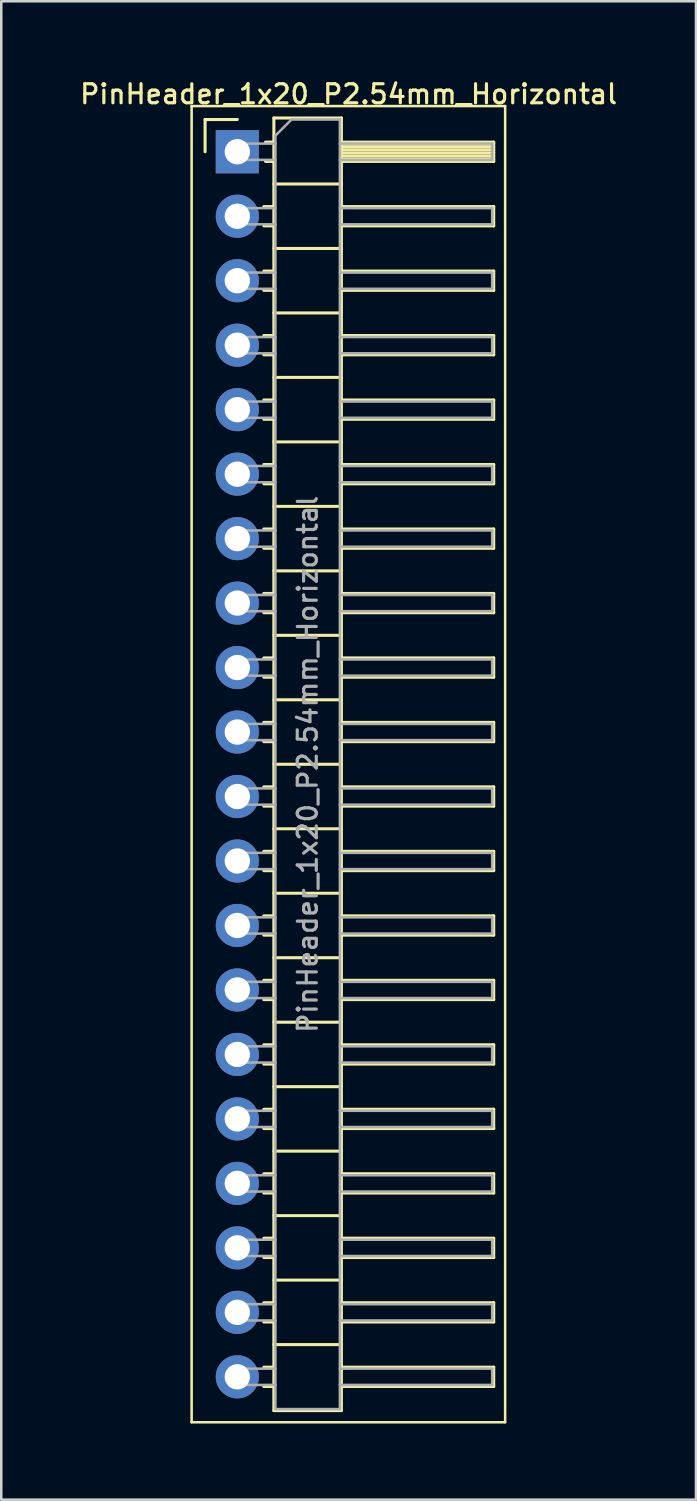
<source format=kicad_pcb>
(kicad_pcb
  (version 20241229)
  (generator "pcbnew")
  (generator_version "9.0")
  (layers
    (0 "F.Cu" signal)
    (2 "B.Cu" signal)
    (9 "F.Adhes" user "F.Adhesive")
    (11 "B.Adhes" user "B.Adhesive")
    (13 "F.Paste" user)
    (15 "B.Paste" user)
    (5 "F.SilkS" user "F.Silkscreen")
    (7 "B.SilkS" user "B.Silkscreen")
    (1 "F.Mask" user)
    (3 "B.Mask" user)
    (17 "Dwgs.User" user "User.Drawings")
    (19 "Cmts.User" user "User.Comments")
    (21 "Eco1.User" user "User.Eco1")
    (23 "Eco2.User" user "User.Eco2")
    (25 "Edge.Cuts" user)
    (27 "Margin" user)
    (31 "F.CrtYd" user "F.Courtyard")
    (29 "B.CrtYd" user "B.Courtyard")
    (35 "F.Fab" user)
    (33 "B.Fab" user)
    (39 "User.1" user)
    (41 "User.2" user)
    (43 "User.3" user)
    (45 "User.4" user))
  (footprint "PinHeader_1x20_P2.54mm_Horizontal"
    (layer "F.Cu")
    (at 6.299 2.928)
    (property "Reference" "PinHeader_1x20_P2.54mm_Horizontal" (at 4.385 -2.27 0) (layer "F.SilkS") (effects (font (size 0.75 0.75) (thickness 0.125))))
    (attr through_hole)
    (fp_line (start -1.8 -1.8) (end -1.8 50.05) (stroke (width 0.1) (type solid)) (layer "F.SilkS"))
    (fp_line (start -1.8 50.05) (end 10.55 50.05) (stroke (width 0.1) (type solid)) (layer "F.SilkS"))
    (fp_line (start -1.27 -1.27) (end 0 -1.27) (stroke (width 0.12) (type solid)) (layer "F.SilkS"))
    (fp_line (start -1.27 0) (end -1.27 -1.27) (stroke (width 0.12) (type solid)) (layer "F.SilkS"))
    (fp_line (start 1.043 2.16) (end 1.44 2.16) (stroke (width 0.12) (type solid)) (layer "F.SilkS"))
    (fp_line (start 1.043 2.92) (end 1.44 2.92) (stroke (width 0.12) (type solid)) (layer "F.SilkS"))
    (fp_line (start 1.043 4.7) (end 1.44 4.7) (stroke (width 0.12) (type solid)) (layer "F.SilkS"))
    (fp_line (start 1.043 5.46) (end 1.44 5.46) (stroke (width 0.12) (type solid)) (layer "F.SilkS"))
    (fp_line (start 1.043 7.24) (end 1.44 7.24) (stroke (width 0.12) (type solid)) (layer "F.SilkS"))
    (fp_line (start 1.043 8) (end 1.44 8) (stroke (width 0.12) (type solid)) (layer "F.SilkS"))
    (fp_line (start 1.043 9.78) (end 1.44 9.78) (stroke (width 0.12) (type solid)) (layer "F.SilkS"))
    (fp_line (start 1.043 10.54) (end 1.44 10.54) (stroke (width 0.12) (type solid)) (layer "F.SilkS"))
    (fp_line (start 1.043 12.32) (end 1.44 12.32) (stroke (width 0.12) (type solid)) (layer "F.SilkS"))
    (fp_line (start 1.043 13.08) (end 1.44 13.08) (stroke (width 0.12) (type solid)) (layer "F.SilkS"))
    (fp_line (start 1.043 14.86) (end 1.44 14.86) (stroke (width 0.12) (type solid)) (layer "F.SilkS"))
    (fp_line (start 1.043 15.62) (end 1.44 15.62) (stroke (width 0.12) (type solid)) (layer "F.SilkS"))
    (fp_line (start 1.043 17.4) (end 1.44 17.4) (stroke (width 0.12) (type solid)) (layer "F.SilkS"))
    (fp_line (start 1.043 18.16) (end 1.44 18.16) (stroke (width 0.12) (type solid)) (layer "F.SilkS"))
    (fp_line (start 1.043 19.94) (end 1.44 19.94) (stroke (width 0.12) (type solid)) (layer "F.SilkS"))
    (fp_line (start 1.043 20.7) (end 1.44 20.7) (stroke (width 0.12) (type solid)) (layer "F.SilkS"))
    (fp_line (start 1.043 22.48) (end 1.44 22.48) (stroke (width 0.12) (type solid)) (layer "F.SilkS"))
    (fp_line (start 1.043 23.24) (end 1.44 23.24) (stroke (width 0.12) (type solid)) (layer "F.SilkS"))
    (fp_line (start 1.043 25.02) (end 1.44 25.02) (stroke (width 0.12) (type solid)) (layer "F.SilkS"))
    (fp_line (start 1.043 25.78) (end 1.44 25.78) (stroke (width 0.12) (type solid)) (layer "F.SilkS"))
    (fp_line (start 1.043 27.56) (end 1.44 27.56) (stroke (width 0.12) (type solid)) (layer "F.SilkS"))
    (fp_line (start 1.043 28.32) (end 1.44 28.32) (stroke (width 0.12) (type solid)) (layer "F.SilkS"))
    (fp_line (start 1.043 30.1) (end 1.44 30.1) (stroke (width 0.12) (type solid)) (layer "F.SilkS"))
    (fp_line (start 1.043 30.86) (end 1.44 30.86) (stroke (width 0.12) (type solid)) (layer "F.SilkS"))
    (fp_line (start 1.043 32.64) (end 1.44 32.64) (stroke (width 0.12) (type solid)) (layer "F.SilkS"))
    (fp_line (start 1.043 33.4) (end 1.44 33.4) (stroke (width 0.12) (type solid)) (layer "F.SilkS"))
    (fp_line (start 1.043 35.18) (end 1.44 35.18) (stroke (width 0.12) (type solid)) (layer "F.SilkS"))
    (fp_line (start 1.043 35.94) (end 1.44 35.94) (stroke (width 0.12) (type solid)) (layer "F.SilkS"))
    (fp_line (start 1.043 37.72) (end 1.44 37.72) (stroke (width 0.12) (type solid)) (layer "F.SilkS"))
    (fp_line (start 1.043 38.48) (end 1.44 38.48) (stroke (width 0.12) (type solid)) (layer "F.SilkS"))
    (fp_line (start 1.043 40.26) (end 1.44 40.26) (stroke (width 0.12) (type solid)) (layer "F.SilkS"))
    (fp_line (start 1.043 41.02) (end 1.44 41.02) (stroke (width 0.12) (type solid)) (layer "F.SilkS"))
    (fp_line (start 1.043 42.8) (end 1.44 42.8) (stroke (width 0.12) (type solid)) (layer "F.SilkS"))
    (fp_line (start 1.043 43.56) (end 1.44 43.56) (stroke (width 0.12) (type solid)) (layer "F.SilkS"))
    (fp_line (start 1.043 45.34) (end 1.44 45.34) (stroke (width 0.12) (type solid)) (layer "F.SilkS"))
    (fp_line (start 1.043 46.1) (end 1.44 46.1) (stroke (width 0.12) (type solid)) (layer "F.SilkS"))
    (fp_line (start 1.043 47.88) (end 1.44 47.88) (stroke (width 0.12) (type solid)) (layer "F.SilkS"))
    (fp_line (start 1.043 48.64) (end 1.44 48.64) (stroke (width 0.12) (type solid)) (layer "F.SilkS"))
    (fp_line (start 1.11 -0.38) (end 1.44 -0.38) (stroke (width 0.12) (type solid)) (layer "F.SilkS"))
    (fp_line (start 1.11 0.38) (end 1.44 0.38) (stroke (width 0.12) (type solid)) (layer "F.SilkS"))
    (fp_line (start 1.44 -1.33) (end 1.44 49.59) (stroke (width 0.12) (type solid)) (layer "F.SilkS"))
    (fp_line (start 1.44 1.27) (end 4.1 1.27) (stroke (width 0.12) (type solid)) (layer "F.SilkS"))
    (fp_line (start 1.44 3.81) (end 4.1 3.81) (stroke (width 0.12) (type solid)) (layer "F.SilkS"))
    (fp_line (start 1.44 6.35) (end 4.1 6.35) (stroke (width 0.12) (type solid)) (layer "F.SilkS"))
    (fp_line (start 1.44 8.89) (end 4.1 8.89) (stroke (width 0.12) (type solid)) (layer "F.SilkS"))
    (fp_line (start 1.44 11.43) (end 4.1 11.43) (stroke (width 0.12) (type solid)) (layer "F.SilkS"))
    (fp_line (start 1.44 13.97) (end 4.1 13.97) (stroke (width 0.12) (type solid)) (layer "F.SilkS"))
    (fp_line (start 1.44 16.51) (end 4.1 16.51) (stroke (width 0.12) (type solid)) (layer "F.SilkS"))
    (fp_line (start 1.44 19.05) (end 4.1 19.05) (stroke (width 0.12) (type solid)) (layer "F.SilkS"))
    (fp_line (start 1.44 21.59) (end 4.1 21.59) (stroke (width 0.12) (type solid)) (layer "F.SilkS"))
    (fp_line (start 1.44 24.13) (end 4.1 24.13) (stroke (width 0.12) (type solid)) (layer "F.SilkS"))
    (fp_line (start 1.44 26.67) (end 4.1 26.67) (stroke (width 0.12) (type solid)) (layer "F.SilkS"))
    (fp_line (start 1.44 29.21) (end 4.1 29.21) (stroke (width 0.12) (type solid)) (layer "F.SilkS"))
    (fp_line (start 1.44 31.75) (end 4.1 31.75) (stroke (width 0.12) (type solid)) (layer "F.SilkS"))
    (fp_line (start 1.44 34.29) (end 4.1 34.29) (stroke (width 0.12) (type solid)) (layer "F.SilkS"))
    (fp_line (start 1.44 36.83) (end 4.1 36.83) (stroke (width 0.12) (type solid)) (layer "F.SilkS"))
    (fp_line (start 1.44 39.37) (end 4.1 39.37) (stroke (width 0.12) (type solid)) (layer "F.SilkS"))
    (fp_line (start 1.44 41.91) (end 4.1 41.91) (stroke (width 0.12) (type solid)) (layer "F.SilkS"))
    (fp_line (start 1.44 44.45) (end 4.1 44.45) (stroke (width 0.12) (type solid)) (layer "F.SilkS"))
    (fp_line (start 1.44 46.99) (end 4.1 46.99) (stroke (width 0.12) (type solid)) (layer "F.SilkS"))
    (fp_line (start 1.44 49.59) (end 4.1 49.59) (stroke (width 0.12) (type solid)) (layer "F.SilkS"))
    (fp_line (start 4.1 -1.33) (end 1.44 -1.33) (stroke (width 0.12) (type solid)) (layer "F.SilkS"))
    (fp_line (start 4.1 -0.38) (end 10.1 -0.38) (stroke (width 0.12) (type solid)) (layer "F.SilkS"))
    (fp_line (start 4.1 -0.32) (end 10.1 -0.32) (stroke (width 0.12) (type solid)) (layer "F.SilkS"))
    (fp_line (start 4.1 -0.2) (end 10.1 -0.2) (stroke (width 0.12) (type solid)) (layer "F.SilkS"))
    (fp_line (start 4.1 -0.08) (end 10.1 -0.08) (stroke (width 0.12) (type solid)) (layer "F.SilkS"))
    (fp_line (start 4.1 0.04) (end 10.1 0.04) (stroke (width 0.12) (type solid)) (layer "F.SilkS"))
    (fp_line (start 4.1 0.16) (end 10.1 0.16) (stroke (width 0.12) (type solid)) (layer "F.SilkS"))
    (fp_line (start 4.1 0.28) (end 10.1 0.28) (stroke (width 0.12) (type solid)) (layer "F.SilkS"))
    (fp_line (start 4.1 2.16) (end 10.1 2.16) (stroke (width 0.12) (type solid)) (layer "F.SilkS"))
    (fp_line (start 4.1 4.7) (end 10.1 4.7) (stroke (width 0.12) (type solid)) (layer "F.SilkS"))
    (fp_line (start 4.1 7.24) (end 10.1 7.24) (stroke (width 0.12) (type solid)) (layer "F.SilkS"))
    (fp_line (start 4.1 9.78) (end 10.1 9.78) (stroke (width 0.12) (type solid)) (layer "F.SilkS"))
    (fp_line (start 4.1 12.32) (end 10.1 12.32) (stroke (width 0.12) (type solid)) (layer "F.SilkS"))
    (fp_line (start 4.1 14.86) (end 10.1 14.86) (stroke (width 0.12) (type solid)) (layer "F.SilkS"))
    (fp_line (start 4.1 17.4) (end 10.1 17.4) (stroke (width 0.12) (type solid)) (layer "F.SilkS"))
    (fp_line (start 4.1 19.94) (end 10.1 19.94) (stroke (width 0.12) (type solid)) (layer "F.SilkS"))
    (fp_line (start 4.1 22.48) (end 10.1 22.48) (stroke (width 0.12) (type solid)) (layer "F.SilkS"))
    (fp_line (start 4.1 25.02) (end 10.1 25.02) (stroke (width 0.12) (type solid)) (layer "F.SilkS"))
    (fp_line (start 4.1 27.56) (end 10.1 27.56) (stroke (width 0.12) (type solid)) (layer "F.SilkS"))
    (fp_line (start 4.1 30.1) (end 10.1 30.1) (stroke (width 0.12) (type solid)) (layer "F.SilkS"))
    (fp_line (start 4.1 32.64) (end 10.1 32.64) (stroke (width 0.12) (type solid)) (layer "F.SilkS"))
    (fp_line (start 4.1 35.18) (end 10.1 35.18) (stroke (width 0.12) (type solid)) (layer "F.SilkS"))
    (fp_line (start 4.1 37.72) (end 10.1 37.72) (stroke (width 0.12) (type solid)) (layer "F.SilkS"))
    (fp_line (start 4.1 40.26) (end 10.1 40.26) (stroke (width 0.12) (type solid)) (layer "F.SilkS"))
    (fp_line (start 4.1 42.8) (end 10.1 42.8) (stroke (width 0.12) (type solid)) (layer "F.SilkS"))
    (fp_line (start 4.1 45.34) (end 10.1 45.34) (stroke (width 0.12) (type solid)) (layer "F.SilkS"))
    (fp_line (start 4.1 47.88) (end 10.1 47.88) (stroke (width 0.12) (type solid)) (layer "F.SilkS"))
    (fp_line (start 4.1 49.59) (end 4.1 -1.33) (stroke (width 0.12) (type solid)) (layer "F.SilkS"))
    (fp_line (start 10.1 -0.38) (end 10.1 0.38) (stroke (width 0.12) (type solid)) (layer "F.SilkS"))
    (fp_line (start 10.1 0.38) (end 4.1 0.38) (stroke (width 0.12) (type solid)) (layer "F.SilkS"))
    (fp_line (start 10.1 2.16) (end 10.1 2.92) (stroke (width 0.12) (type solid)) (layer "F.SilkS"))
    (fp_line (start 10.1 2.92) (end 4.1 2.92) (stroke (width 0.12) (type solid)) (layer "F.SilkS"))
    (fp_line (start 10.1 4.7) (end 10.1 5.46) (stroke (width 0.12) (type solid)) (layer "F.SilkS"))
    (fp_line (start 10.1 5.46) (end 4.1 5.46) (stroke (width 0.12) (type solid)) (layer "F.SilkS"))
    (fp_line (start 10.1 7.24) (end 10.1 8) (stroke (width 0.12) (type solid)) (layer "F.SilkS"))
    (fp_line (start 10.1 8) (end 4.1 8) (stroke (width 0.12) (type solid)) (layer "F.SilkS"))
    (fp_line (start 10.1 9.78) (end 10.1 10.54) (stroke (width 0.12) (type solid)) (layer "F.SilkS"))
    (fp_line (start 10.1 10.54) (end 4.1 10.54) (stroke (width 0.12) (type solid)) (layer "F.SilkS"))
    (fp_line (start 10.1 12.32) (end 10.1 13.08) (stroke (width 0.12) (type solid)) (layer "F.SilkS"))
    (fp_line (start 10.1 13.08) (end 4.1 13.08) (stroke (width 0.12) (type solid)) (layer "F.SilkS"))
    (fp_line (start 10.1 14.86) (end 10.1 15.62) (stroke (width 0.12) (type solid)) (layer "F.SilkS"))
    (fp_line (start 10.1 15.62) (end 4.1 15.62) (stroke (width 0.12) (type solid)) (layer "F.SilkS"))
    (fp_line (start 10.1 17.4) (end 10.1 18.16) (stroke (width 0.12) (type solid)) (layer "F.SilkS"))
    (fp_line (start 10.1 18.16) (end 4.1 18.16) (stroke (width 0.12) (type solid)) (layer "F.SilkS"))
    (fp_line (start 10.1 19.94) (end 10.1 20.7) (stroke (width 0.12) (type solid)) (layer "F.SilkS"))
    (fp_line (start 10.1 20.7) (end 4.1 20.7) (stroke (width 0.12) (type solid)) (layer "F.SilkS"))
    (fp_line (start 10.1 22.48) (end 10.1 23.24) (stroke (width 0.12) (type solid)) (layer "F.SilkS"))
    (fp_line (start 10.1 23.24) (end 4.1 23.24) (stroke (width 0.12) (type solid)) (layer "F.SilkS"))
    (fp_line (start 10.1 25.02) (end 10.1 25.78) (stroke (width 0.12) (type solid)) (layer "F.SilkS"))
    (fp_line (start 10.1 25.78) (end 4.1 25.78) (stroke (width 0.12) (type solid)) (layer "F.SilkS"))
    (fp_line (start 10.1 27.56) (end 10.1 28.32) (stroke (width 0.12) (type solid)) (layer "F.SilkS"))
    (fp_line (start 10.1 28.32) (end 4.1 28.32) (stroke (width 0.12) (type solid)) (layer "F.SilkS"))
    (fp_line (start 10.1 30.1) (end 10.1 30.86) (stroke (width 0.12) (type solid)) (layer "F.SilkS"))
    (fp_line (start 10.1 30.86) (end 4.1 30.86) (stroke (width 0.12) (type solid)) (layer "F.SilkS"))
    (fp_line (start 10.1 32.64) (end 10.1 33.4) (stroke (width 0.12) (type solid)) (layer "F.SilkS"))
    (fp_line (start 10.1 33.4) (end 4.1 33.4) (stroke (width 0.12) (type solid)) (layer "F.SilkS"))
    (fp_line (start 10.1 35.18) (end 10.1 35.94) (stroke (width 0.12) (type solid)) (layer "F.SilkS"))
    (fp_line (start 10.1 35.94) (end 4.1 35.94) (stroke (width 0.12) (type solid)) (layer "F.SilkS"))
    (fp_line (start 10.1 37.72) (end 10.1 38.48) (stroke (width 0.12) (type solid)) (layer "F.SilkS"))
    (fp_line (start 10.1 38.48) (end 4.1 38.48) (stroke (width 0.12) (type solid)) (layer "F.SilkS"))
    (fp_line (start 10.1 40.26) (end 10.1 41.02) (stroke (width 0.12) (type solid)) (layer "F.SilkS"))
    (fp_line (start 10.1 41.02) (end 4.1 41.02) (stroke (width 0.12) (type solid)) (layer "F.SilkS"))
    (fp_line (start 10.1 42.8) (end 10.1 43.56) (stroke (width 0.12) (type solid)) (layer "F.SilkS"))
    (fp_line (start 10.1 43.56) (end 4.1 43.56) (stroke (width 0.12) (type solid)) (layer "F.SilkS"))
    (fp_line (start 10.1 45.34) (end 10.1 46.1) (stroke (width 0.12) (type solid)) (layer "F.SilkS"))
    (fp_line (start 10.1 46.1) (end 4.1 46.1) (stroke (width 0.12) (type solid)) (layer "F.SilkS"))
    (fp_line (start 10.1 47.88) (end 10.1 48.64) (stroke (width 0.12) (type solid)) (layer "F.SilkS"))
    (fp_line (start 10.1 48.64) (end 4.1 48.64) (stroke (width 0.12) (type solid)) (layer "F.SilkS"))
    (fp_line (start 10.55 -1.8) (end -1.8 -1.8) (stroke (width 0.1) (type solid)) (layer "F.SilkS"))
    (fp_line (start 10.55 50.05) (end 10.55 -1.8) (stroke (width 0.1) (type solid)) (layer "F.SilkS"))
    (fp_line (start -0.32 -0.32) (end -0.32 0.32) (stroke (width 0.1) (type solid)) (layer "F.Fab"))
    (fp_line (start -0.32 -0.32) (end 1.5 -0.32) (stroke (width 0.1) (type solid)) (layer "F.Fab"))
    (fp_line (start -0.32 0.32) (end 1.5 0.32) (stroke (width 0.1) (type solid)) (layer "F.Fab"))
    (fp_line (start -0.32 2.22) (end -0.32 2.86) (stroke (width 0.1) (type solid)) (layer "F.Fab"))
    (fp_line (start -0.32 2.22) (end 1.5 2.22) (stroke (width 0.1) (type solid)) (layer "F.Fab"))
    (fp_line (start -0.32 2.86) (end 1.5 2.86) (stroke (width 0.1) (type solid)) (layer "F.Fab"))
    (fp_line (start -0.32 4.76) (end -0.32 5.4) (stroke (width 0.1) (type solid)) (layer "F.Fab"))
    (fp_line (start -0.32 4.76) (end 1.5 4.76) (stroke (width 0.1) (type solid)) (layer "F.Fab"))
    (fp_line (start -0.32 5.4) (end 1.5 5.4) (stroke (width 0.1) (type solid)) (layer "F.Fab"))
    (fp_line (start -0.32 7.3) (end -0.32 7.94) (stroke (width 0.1) (type solid)) (layer "F.Fab"))
    (fp_line (start -0.32 7.3) (end 1.5 7.3) (stroke (width 0.1) (type solid)) (layer "F.Fab"))
    (fp_line (start -0.32 7.94) (end 1.5 7.94) (stroke (width 0.1) (type solid)) (layer "F.Fab"))
    (fp_line (start -0.32 9.84) (end -0.32 10.48) (stroke (width 0.1) (type solid)) (layer "F.Fab"))
    (fp_line (start -0.32 9.84) (end 1.5 9.84) (stroke (width 0.1) (type solid)) (layer "F.Fab"))
    (fp_line (start -0.32 10.48) (end 1.5 10.48) (stroke (width 0.1) (type solid)) (layer "F.Fab"))
    (fp_line (start -0.32 12.38) (end -0.32 13.02) (stroke (width 0.1) (type solid)) (layer "F.Fab"))
    (fp_line (start -0.32 12.38) (end 1.5 12.38) (stroke (width 0.1) (type solid)) (layer "F.Fab"))
    (fp_line (start -0.32 13.02) (end 1.5 13.02) (stroke (width 0.1) (type solid)) (layer "F.Fab"))
    (fp_line (start -0.32 14.92) (end -0.32 15.56) (stroke (width 0.1) (type solid)) (layer "F.Fab"))
    (fp_line (start -0.32 14.92) (end 1.5 14.92) (stroke (width 0.1) (type solid)) (layer "F.Fab"))
    (fp_line (start -0.32 15.56) (end 1.5 15.56) (stroke (width 0.1) (type solid)) (layer "F.Fab"))
    (fp_line (start -0.32 17.46) (end -0.32 18.1) (stroke (width 0.1) (type solid)) (layer "F.Fab"))
    (fp_line (start -0.32 17.46) (end 1.5 17.46) (stroke (width 0.1) (type solid)) (layer "F.Fab"))
    (fp_line (start -0.32 18.1) (end 1.5 18.1) (stroke (width 0.1) (type solid)) (layer "F.Fab"))
    (fp_line (start -0.32 20) (end -0.32 20.64) (stroke (width 0.1) (type solid)) (layer "F.Fab"))
    (fp_line (start -0.32 20) (end 1.5 20) (stroke (width 0.1) (type solid)) (layer "F.Fab"))
    (fp_line (start -0.32 20.64) (end 1.5 20.64) (stroke (width 0.1) (type solid)) (layer "F.Fab"))
    (fp_line (start -0.32 22.54) (end -0.32 23.18) (stroke (width 0.1) (type solid)) (layer "F.Fab"))
    (fp_line (start -0.32 22.54) (end 1.5 22.54) (stroke (width 0.1) (type solid)) (layer "F.Fab"))
    (fp_line (start -0.32 23.18) (end 1.5 23.18) (stroke (width 0.1) (type solid)) (layer "F.Fab"))
    (fp_line (start -0.32 25.08) (end -0.32 25.72) (stroke (width 0.1) (type solid)) (layer "F.Fab"))
    (fp_line (start -0.32 25.08) (end 1.5 25.08) (stroke (width 0.1) (type solid)) (layer "F.Fab"))
    (fp_line (start -0.32 25.72) (end 1.5 25.72) (stroke (width 0.1) (type solid)) (layer "F.Fab"))
    (fp_line (start -0.32 27.62) (end -0.32 28.26) (stroke (width 0.1) (type solid)) (layer "F.Fab"))
    (fp_line (start -0.32 27.62) (end 1.5 27.62) (stroke (width 0.1) (type solid)) (layer "F.Fab"))
    (fp_line (start -0.32 28.26) (end 1.5 28.26) (stroke (width 0.1) (type solid)) (layer "F.Fab"))
    (fp_line (start -0.32 30.16) (end -0.32 30.8) (stroke (width 0.1) (type solid)) (layer "F.Fab"))
    (fp_line (start -0.32 30.16) (end 1.5 30.16) (stroke (width 0.1) (type solid)) (layer "F.Fab"))
    (fp_line (start -0.32 30.8) (end 1.5 30.8) (stroke (width 0.1) (type solid)) (layer "F.Fab"))
    (fp_line (start -0.32 32.7) (end -0.32 33.34) (stroke (width 0.1) (type solid)) (layer "F.Fab"))
    (fp_line (start -0.32 32.7) (end 1.5 32.7) (stroke (width 0.1) (type solid)) (layer "F.Fab"))
    (fp_line (start -0.32 33.34) (end 1.5 33.34) (stroke (width 0.1) (type solid)) (layer "F.Fab"))
    (fp_line (start -0.32 35.24) (end -0.32 35.88) (stroke (width 0.1) (type solid)) (layer "F.Fab"))
    (fp_line (start -0.32 35.24) (end 1.5 35.24) (stroke (width 0.1) (type solid)) (layer "F.Fab"))
    (fp_line (start -0.32 35.88) (end 1.5 35.88) (stroke (width 0.1) (type solid)) (layer "F.Fab"))
    (fp_line (start -0.32 37.78) (end -0.32 38.42) (stroke (width 0.1) (type solid)) (layer "F.Fab"))
    (fp_line (start -0.32 37.78) (end 1.5 37.78) (stroke (width 0.1) (type solid)) (layer "F.Fab"))
    (fp_line (start -0.32 38.42) (end 1.5 38.42) (stroke (width 0.1) (type solid)) (layer "F.Fab"))
    (fp_line (start -0.32 40.32) (end -0.32 40.96) (stroke (width 0.1) (type solid)) (layer "F.Fab"))
    (fp_line (start -0.32 40.32) (end 1.5 40.32) (stroke (width 0.1) (type solid)) (layer "F.Fab"))
    (fp_line (start -0.32 40.96) (end 1.5 40.96) (stroke (width 0.1) (type solid)) (layer "F.Fab"))
    (fp_line (start -0.32 42.86) (end -0.32 43.5) (stroke (width 0.1) (type solid)) (layer "F.Fab"))
    (fp_line (start -0.32 42.86) (end 1.5 42.86) (stroke (width 0.1) (type solid)) (layer "F.Fab"))
    (fp_line (start -0.32 43.5) (end 1.5 43.5) (stroke (width 0.1) (type solid)) (layer "F.Fab"))
    (fp_line (start -0.32 45.4) (end -0.32 46.04) (stroke (width 0.1) (type solid)) (layer "F.Fab"))
    (fp_line (start -0.32 45.4) (end 1.5 45.4) (stroke (width 0.1) (type solid)) (layer "F.Fab"))
    (fp_line (start -0.32 46.04) (end 1.5 46.04) (stroke (width 0.1) (type solid)) (layer "F.Fab"))
    (fp_line (start -0.32 47.94) (end -0.32 48.58) (stroke (width 0.1) (type solid)) (layer "F.Fab"))
    (fp_line (start -0.32 47.94) (end 1.5 47.94) (stroke (width 0.1) (type solid)) (layer "F.Fab"))
    (fp_line (start -0.32 48.58) (end 1.5 48.58) (stroke (width 0.1) (type solid)) (layer "F.Fab"))
    (fp_line (start 1.5 -0.635) (end 2.135 -1.27) (stroke (width 0.1) (type solid)) (layer "F.Fab"))
    (fp_line (start 1.5 49.53) (end 1.5 -0.635) (stroke (width 0.1) (type solid)) (layer "F.Fab"))
    (fp_line (start 2.135 -1.27) (end 4.04 -1.27) (stroke (width 0.1) (type solid)) (layer "F.Fab"))
    (fp_line (start 4.04 -1.27) (end 4.04 49.53) (stroke (width 0.1) (type solid)) (layer "F.Fab"))
    (fp_line (start 4.04 -0.32) (end 10.04 -0.32) (stroke (width 0.1) (type solid)) (layer "F.Fab"))
    (fp_line (start 4.04 0.32) (end 10.04 0.32) (stroke (width 0.1) (type solid)) (layer "F.Fab"))
    (fp_line (start 4.04 2.22) (end 10.04 2.22) (stroke (width 0.1) (type solid)) (layer "F.Fab"))
    (fp_line (start 4.04 2.86) (end 10.04 2.86) (stroke (width 0.1) (type solid)) (layer "F.Fab"))
    (fp_line (start 4.04 4.76) (end 10.04 4.76) (stroke (width 0.1) (type solid)) (layer "F.Fab"))
    (fp_line (start 4.04 5.4) (end 10.04 5.4) (stroke (width 0.1) (type solid)) (layer "F.Fab"))
    (fp_line (start 4.04 7.3) (end 10.04 7.3) (stroke (width 0.1) (type solid)) (layer "F.Fab"))
    (fp_line (start 4.04 7.94) (end 10.04 7.94) (stroke (width 0.1) (type solid)) (layer "F.Fab"))
    (fp_line (start 4.04 9.84) (end 10.04 9.84) (stroke (width 0.1) (type solid)) (layer "F.Fab"))
    (fp_line (start 4.04 10.48) (end 10.04 10.48) (stroke (width 0.1) (type solid)) (layer "F.Fab"))
    (fp_line (start 4.04 12.38) (end 10.04 12.38) (stroke (width 0.1) (type solid)) (layer "F.Fab"))
    (fp_line (start 4.04 13.02) (end 10.04 13.02) (stroke (width 0.1) (type solid)) (layer "F.Fab"))
    (fp_line (start 4.04 14.92) (end 10.04 14.92) (stroke (width 0.1) (type solid)) (layer "F.Fab"))
    (fp_line (start 4.04 15.56) (end 10.04 15.56) (stroke (width 0.1) (type solid)) (layer "F.Fab"))
    (fp_line (start 4.04 17.46) (end 10.04 17.46) (stroke (width 0.1) (type solid)) (layer "F.Fab"))
    (fp_line (start 4.04 18.1) (end 10.04 18.1) (stroke (width 0.1) (type solid)) (layer "F.Fab"))
    (fp_line (start 4.04 20) (end 10.04 20) (stroke (width 0.1) (type solid)) (layer "F.Fab"))
    (fp_line (start 4.04 20.64) (end 10.04 20.64) (stroke (width 0.1) (type solid)) (layer "F.Fab"))
    (fp_line (start 4.04 22.54) (end 10.04 22.54) (stroke (width 0.1) (type solid)) (layer "F.Fab"))
    (fp_line (start 4.04 23.18) (end 10.04 23.18) (stroke (width 0.1) (type solid)) (layer "F.Fab"))
    (fp_line (start 4.04 25.08) (end 10.04 25.08) (stroke (width 0.1) (type solid)) (layer "F.Fab"))
    (fp_line (start 4.04 25.72) (end 10.04 25.72) (stroke (width 0.1) (type solid)) (layer "F.Fab"))
    (fp_line (start 4.04 27.62) (end 10.04 27.62) (stroke (width 0.1) (type solid)) (layer "F.Fab"))
    (fp_line (start 4.04 28.26) (end 10.04 28.26) (stroke (width 0.1) (type solid)) (layer "F.Fab"))
    (fp_line (start 4.04 30.16) (end 10.04 30.16) (stroke (width 0.1) (type solid)) (layer "F.Fab"))
    (fp_line (start 4.04 30.8) (end 10.04 30.8) (stroke (width 0.1) (type solid)) (layer "F.Fab"))
    (fp_line (start 4.04 32.7) (end 10.04 32.7) (stroke (width 0.1) (type solid)) (layer "F.Fab"))
    (fp_line (start 4.04 33.34) (end 10.04 33.34) (stroke (width 0.1) (type solid)) (layer "F.Fab"))
    (fp_line (start 4.04 35.24) (end 10.04 35.24) (stroke (width 0.1) (type solid)) (layer "F.Fab"))
    (fp_line (start 4.04 35.88) (end 10.04 35.88) (stroke (width 0.1) (type solid)) (layer "F.Fab"))
    (fp_line (start 4.04 37.78) (end 10.04 37.78) (stroke (width 0.1) (type solid)) (layer "F.Fab"))
    (fp_line (start 4.04 38.42) (end 10.04 38.42) (stroke (width 0.1) (type solid)) (layer "F.Fab"))
    (fp_line (start 4.04 40.32) (end 10.04 40.32) (stroke (width 0.1) (type solid)) (layer "F.Fab"))
    (fp_line (start 4.04 40.96) (end 10.04 40.96) (stroke (width 0.1) (type solid)) (layer "F.Fab"))
    (fp_line (start 4.04 42.86) (end 10.04 42.86) (stroke (width 0.1) (type solid)) (layer "F.Fab"))
    (fp_line (start 4.04 43.5) (end 10.04 43.5) (stroke (width 0.1) (type solid)) (layer "F.Fab"))
    (fp_line (start 4.04 45.4) (end 10.04 45.4) (stroke (width 0.1) (type solid)) (layer "F.Fab"))
    (fp_line (start 4.04 46.04) (end 10.04 46.04) (stroke (width 0.1) (type solid)) (layer "F.Fab"))
    (fp_line (start 4.04 47.94) (end 10.04 47.94) (stroke (width 0.1) (type solid)) (layer "F.Fab"))
    (fp_line (start 4.04 48.58) (end 10.04 48.58) (stroke (width 0.1) (type solid)) (layer "F.Fab"))
    (fp_line (start 4.04 49.53) (end 1.5 49.53) (stroke (width 0.1) (type solid)) (layer "F.Fab"))
    (fp_line (start 10.04 -0.32) (end 10.04 0.32) (stroke (width 0.1) (type solid)) (layer "F.Fab"))
    (fp_line (start 10.04 2.22) (end 10.04 2.86) (stroke (width 0.1) (type solid)) (layer "F.Fab"))
    (fp_line (start 10.04 4.76) (end 10.04 5.4) (stroke (width 0.1) (type solid)) (layer "F.Fab"))
    (fp_line (start 10.04 7.3) (end 10.04 7.94) (stroke (width 0.1) (type solid)) (layer "F.Fab"))
    (fp_line (start 10.04 9.84) (end 10.04 10.48) (stroke (width 0.1) (type solid)) (layer "F.Fab"))
    (fp_line (start 10.04 12.38) (end 10.04 13.02) (stroke (width 0.1) (type solid)) (layer "F.Fab"))
    (fp_line (start 10.04 14.92) (end 10.04 15.56) (stroke (width 0.1) (type solid)) (layer "F.Fab"))
    (fp_line (start 10.04 17.46) (end 10.04 18.1) (stroke (width 0.1) (type solid)) (layer "F.Fab"))
    (fp_line (start 10.04 20) (end 10.04 20.64) (stroke (width 0.1) (type solid)) (layer "F.Fab"))
    (fp_line (start 10.04 22.54) (end 10.04 23.18) (stroke (width 0.1) (type solid)) (layer "F.Fab"))
    (fp_line (start 10.04 25.08) (end 10.04 25.72) (stroke (width 0.1) (type solid)) (layer "F.Fab"))
    (fp_line (start 10.04 27.62) (end 10.04 28.26) (stroke (width 0.1) (type solid)) (layer "F.Fab"))
    (fp_line (start 10.04 30.16) (end 10.04 30.8) (stroke (width 0.1) (type solid)) (layer "F.Fab"))
    (fp_line (start 10.04 32.7) (end 10.04 33.34) (stroke (width 0.1) (type solid)) (layer "F.Fab"))
    (fp_line (start 10.04 35.24) (end 10.04 35.88) (stroke (width 0.1) (type solid)) (layer "F.Fab"))
    (fp_line (start 10.04 37.78) (end 10.04 38.42) (stroke (width 0.1) (type solid)) (layer "F.Fab"))
    (fp_line (start 10.04 40.32) (end 10.04 40.96) (stroke (width 0.1) (type solid)) (layer "F.Fab"))
    (fp_line (start 10.04 42.86) (end 10.04 43.5) (stroke (width 0.1) (type solid)) (layer "F.Fab"))
    (fp_line (start 10.04 45.4) (end 10.04 46.04) (stroke (width 0.1) (type solid)) (layer "F.Fab"))
    (fp_line (start 10.04 47.94) (end 10.04 48.58) (stroke (width 0.1) (type solid)) (layer "F.Fab"))
    (fp_text user "${REFERENCE}" (at 2.77 24.13 90) (layer "F.Fab") (effects (font (size 0.75 0.75) (thickness 0.125))))
    (pad "1" thru_hole rect (at 0 0) (size 1.7 1.7) (drill 1) (layers "*.Cu" "*.Mask"))
    (pad "2" thru_hole oval (at 0 2.54) (size 1.7 1.7) (drill 1) (layers "*.Cu" "*.Mask"))
    (pad "3" thru_hole oval (at 0 5.08) (size 1.7 1.7) (drill 1) (layers "*.Cu" "*.Mask"))
    (pad "4" thru_hole oval (at 0 7.62) (size 1.7 1.7) (drill 1) (layers "*.Cu" "*.Mask"))
    (pad "5" thru_hole oval (at 0 10.16) (size 1.7 1.7) (drill 1) (layers "*.Cu" "*.Mask"))
    (pad "6" thru_hole oval (at 0 12.7) (size 1.7 1.7) (drill 1) (layers "*.Cu" "*.Mask"))
    (pad "7" thru_hole oval (at 0 15.24) (size 1.7 1.7) (drill 1) (layers "*.Cu" "*.Mask"))
    (pad "8" thru_hole oval (at 0 17.78) (size 1.7 1.7) (drill 1) (layers "*.Cu" "*.Mask"))
    (pad "9" thru_hole oval (at 0 20.32) (size 1.7 1.7) (drill 1) (layers "*.Cu" "*.Mask"))
    (pad "10" thru_hole oval (at 0 22.86) (size 1.7 1.7) (drill 1) (layers "*.Cu" "*.Mask"))
    (pad "11" thru_hole oval (at 0 25.4) (size 1.7 1.7) (drill 1) (layers "*.Cu" "*.Mask"))
    (pad "12" thru_hole oval (at 0 27.94) (size 1.7 1.7) (drill 1) (layers "*.Cu" "*.Mask"))
    (pad "13" thru_hole oval (at 0 30.48) (size 1.7 1.7) (drill 1) (layers "*.Cu" "*.Mask"))
    (pad "14" thru_hole oval (at 0 33.02) (size 1.7 1.7) (drill 1) (layers "*.Cu" "*.Mask"))
    (pad "15" thru_hole oval (at 0 35.56) (size 1.7 1.7) (drill 1) (layers "*.Cu" "*.Mask"))
    (pad "16" thru_hole oval (at 0 38.1) (size 1.7 1.7) (drill 1) (layers "*.Cu" "*.Mask"))
    (pad "17" thru_hole oval (at 0 40.64) (size 1.7 1.7) (drill 1) (layers "*.Cu" "*.Mask"))
    (pad "18" thru_hole oval (at 0 43.18) (size 1.7 1.7) (drill 1) (layers "*.Cu" "*.Mask"))
    (pad "19" thru_hole oval (at 0 45.72) (size 1.7 1.7) (drill 1) (layers "*.Cu" "*.Mask"))
    (pad "20" thru_hole oval (at 0 48.26) (size 1.7 1.7) (drill 1) (layers "*.Cu" "*.Mask")))
  (gr_rect
    (start -3 -3)
    (end 24.368 56.028)
    (stroke (width 0.1) (type default))
    (fill no)
    (layer "Edge.Cuts")))
</source>
